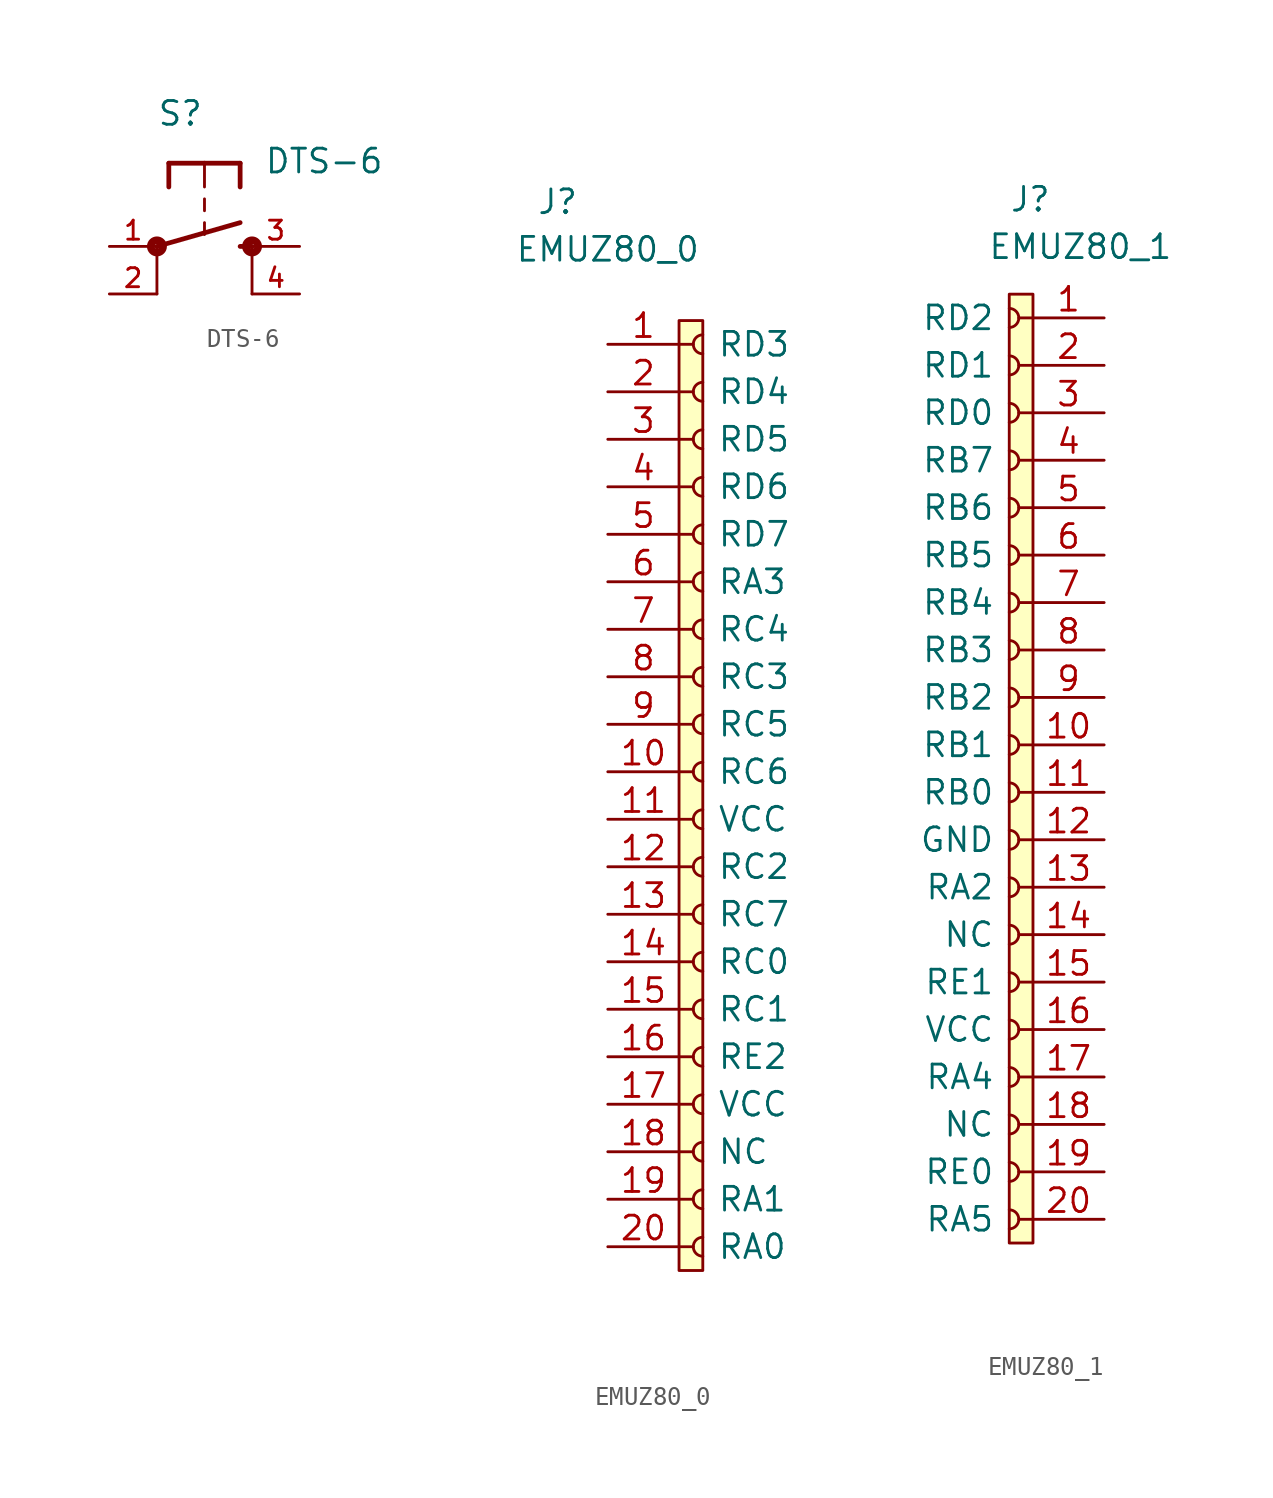
<source format=kicad_sym>
(kicad_symbol_lib
  (version 20220914)
  (generator kicad_symbol_editor)
  (symbol "DTS-6"
    (pin_names
      (offset 1.016))
    (property "Reference" "S"
      (at -2.545 7.632 0)
      (effects (font (size 1.27 1.27)) (justify left bottom)))
    (property "Value" "DTS-6"
      (at 3.179 5.085 0)
      (effects (font (size 1.27 1.27)) (justify left bottom)))
    (symbol "DTS-6_0_0"
      (circle (center -2.54 1.27) (radius 0.127) (stroke (width 0.406) (type default)) (fill (type none)))
      (polyline (pts (xy -2.54 -1.27) (xy -2.54 1.27)) (stroke (width 0.152) (type default)) (fill (type none)))
      (polyline (pts (xy -2.54 1.27) (xy 1.905 2.54)) (stroke (width 0.254) (type default)) (fill (type none)))
      (polyline (pts (xy -1.905 5.715) (xy -1.905 4.445)) (stroke (width 0.254) (type default)) (fill (type none)))
      (polyline (pts (xy 0 2.54) (xy 0 1.905)) (stroke (width 0.152) (type default)) (fill (type none)))
      (polyline (pts (xy 0 3.81) (xy 0 3.175)) (stroke (width 0.152) (type default)) (fill (type none)))
      (polyline (pts (xy 0 5.715) (xy -1.905 5.715)) (stroke (width 0.254) (type default)) (fill (type none)))
      (polyline (pts (xy 0 5.715) (xy 0 4.445)) (stroke (width 0.152) (type default)) (fill (type none)))
      (polyline (pts (xy 1.905 1.27) (xy 2.54 1.27)) (stroke (width 0.254) (type default)) (fill (type none)))
      (polyline (pts (xy 1.905 5.715) (xy 0 5.715)) (stroke (width 0.254) (type default)) (fill (type none)))
      (polyline (pts (xy 1.905 5.715) (xy 1.905 4.445)) (stroke (width 0.254) (type default)) (fill (type none)))
      (polyline (pts (xy 2.54 -1.27) (xy 2.54 1.27)) (stroke (width 0.152) (type default)) (fill (type none)))
      (circle (center 2.54 1.27) (radius 0.127) (stroke (width 0.406) (type default)) (fill (type none)))
      (pin passive line (at -5.08 1.27 0) (length 2.54) (name "~" (effects (font (size 1.016 1.016)))) (number "1" (effects (font (size 1.016 1.016)))))
      (pin passive line (at -5.08 -1.27 0) (length 2.54) (name "~" (effects (font (size 1.016 1.016)))) (number "2" (effects (font (size 1.016 1.016)))))
      (pin passive line (at 5.08 1.27 180) (length 2.54) (name "~" (effects (font (size 1.016 1.016)))) (number "3" (effects (font (size 1.016 1.016)))))
      (pin passive line (at 5.08 -1.27 180) (length 2.54) (name "~" (effects (font (size 1.016 1.016)))) (number "4" (effects (font (size 1.016 1.016)))))))
  (symbol "EMUZ80_0"
    (pin_names
      (offset 2.032))
    (property "Reference" "J"
      (at -19.05 31.75 0)
      (effects (font (size 1.27 1.27)) (justify left)))
    (property "Value" "EMUZ80_0"
      (at -15.24 29.21 0)
      (effects (font (size 1.27 1.27))))
    (symbol "EMUZ80_0_0_1"
      (rectangle (start -11.43 25.4) (end -10.16 -25.4) (stroke (width 0) (type default)) (fill (type background))))
    (symbol "EMUZ80_0_1_1"
      (arc (start -10.16 -23.622) (mid -10.6658 -24.13) (end -10.16 -24.638) (stroke (width 0.1524) (type default)) (fill (type none)))
      (arc (start -10.16 -21.082) (mid -10.6658 -21.59) (end -10.16 -22.098) (stroke (width 0.1524) (type default)) (fill (type none)))
      (arc (start -10.16 -18.542) (mid -10.6658 -19.05) (end -10.16 -19.558) (stroke (width 0.1524) (type default)) (fill (type none)))
      (arc (start -10.16 -16.002) (mid -10.6658 -16.51) (end -10.16 -17.018) (stroke (width 0.1524) (type default)) (fill (type none)))
      (arc (start -10.16 -13.462) (mid -10.6658 -13.97) (end -10.16 -14.478) (stroke (width 0.1524) (type default)) (fill (type none)))
      (arc (start -10.16 -10.922) (mid -10.6658 -11.43) (end -10.16 -11.938) (stroke (width 0.1524) (type default)) (fill (type none)))
      (arc (start -10.16 -8.382) (mid -10.6658 -8.89) (end -10.16 -9.398) (stroke (width 0.1524) (type default)) (fill (type none)))
      (arc (start -10.16 -5.842) (mid -10.6658 -6.35) (end -10.16 -6.858) (stroke (width 0.1524) (type default)) (fill (type none)))
      (arc (start -10.16 -3.302) (mid -10.6658 -3.81) (end -10.16 -4.318) (stroke (width 0.1524) (type default)) (fill (type none)))
      (arc (start -10.16 -0.762) (mid -10.6658 -1.27) (end -10.16 -1.778) (stroke (width 0.1524) (type default)) (fill (type none)))
      (arc (start -10.16 1.778) (mid -10.6658 1.27) (end -10.16 0.762) (stroke (width 0.1524) (type default)) (fill (type none)))
      (arc (start -10.16 4.318) (mid -10.6658 3.81) (end -10.16 3.302) (stroke (width 0.1524) (type default)) (fill (type none)))
      (arc (start -10.16 6.858) (mid -10.6658 6.35) (end -10.16 5.842) (stroke (width 0.1524) (type default)) (fill (type none)))
      (arc (start -10.16 9.398) (mid -10.6658 8.89) (end -10.16 8.382) (stroke (width 0.1524) (type default)) (fill (type none)))
      (arc (start -10.16 11.938) (mid -10.6658 11.43) (end -10.16 10.922) (stroke (width 0.1524) (type default)) (fill (type none)))
      (arc (start -10.16 14.478) (mid -10.6658 13.97) (end -10.16 13.462) (stroke (width 0.1524) (type default)) (fill (type none)))
      (arc (start -10.16 17.018) (mid -10.6658 16.51) (end -10.16 16.002) (stroke (width 0.1524) (type default)) (fill (type none)))
      (arc (start -10.16 19.558) (mid -10.6658 19.05) (end -10.16 18.542) (stroke (width 0.1524) (type default)) (fill (type none)))
      (arc (start -10.16 22.098) (mid -10.6658 21.59) (end -10.16 21.082) (stroke (width 0.1524) (type default)) (fill (type none)))
      (arc (start -10.16 24.638) (mid -10.6658 24.13) (end -10.16 23.622) (stroke (width 0.1524) (type default)) (fill (type none)))
      (polyline (pts (xy -11.43 -24.13) (xy -10.668 -24.13)) (stroke (width 0.152) (type default)) (fill (type none)))
      (polyline (pts (xy -11.43 -21.59) (xy -10.668 -21.59)) (stroke (width 0.152) (type default)) (fill (type none)))
      (polyline (pts (xy -11.43 -19.05) (xy -10.668 -19.05)) (stroke (width 0.152) (type default)) (fill (type none)))
      (polyline (pts (xy -11.43 -16.51) (xy -10.668 -16.51)) (stroke (width 0.152) (type default)) (fill (type none)))
      (polyline (pts (xy -11.43 -13.97) (xy -10.668 -13.97)) (stroke (width 0.152) (type default)) (fill (type none)))
      (polyline (pts (xy -11.43 -11.43) (xy -10.668 -11.43)) (stroke (width 0.152) (type default)) (fill (type none)))
      (polyline (pts (xy -11.43 -8.89) (xy -10.668 -8.89)) (stroke (width 0.152) (type default)) (fill (type none)))
      (polyline (pts (xy -11.43 -6.35) (xy -10.668 -6.35)) (stroke (width 0.152) (type default)) (fill (type none)))
      (polyline (pts (xy -11.43 -3.81) (xy -10.668 -3.81)) (stroke (width 0.152) (type default)) (fill (type none)))
      (polyline (pts (xy -11.43 -1.27) (xy -10.668 -1.27)) (stroke (width 0.152) (type default)) (fill (type none)))
      (polyline (pts (xy -11.43 1.27) (xy -10.668 1.27)) (stroke (width 0.152) (type default)) (fill (type none)))
      (polyline (pts (xy -11.43 3.81) (xy -10.668 3.81)) (stroke (width 0.152) (type default)) (fill (type none)))
      (polyline (pts (xy -11.43 6.35) (xy -10.668 6.35)) (stroke (width 0.152) (type default)) (fill (type none)))
      (polyline (pts (xy -11.43 8.89) (xy -10.668 8.89)) (stroke (width 0.152) (type default)) (fill (type none)))
      (polyline (pts (xy -11.43 11.43) (xy -10.668 11.43)) (stroke (width 0.152) (type default)) (fill (type none)))
      (polyline (pts (xy -11.43 13.97) (xy -10.668 13.97)) (stroke (width 0.152) (type default)) (fill (type none)))
      (polyline (pts (xy -11.43 16.51) (xy -10.668 16.51)) (stroke (width 0.152) (type default)) (fill (type none)))
      (polyline (pts (xy -11.43 19.05) (xy -10.668 19.05)) (stroke (width 0.152) (type default)) (fill (type none)))
      (polyline (pts (xy -11.43 21.59) (xy -10.668 21.59)) (stroke (width 0.152) (type default)) (fill (type none)))
      (polyline (pts (xy -11.43 24.13) (xy -10.668 24.13)) (stroke (width 0.152) (type default)) (fill (type none)))
      (pin passive line (at -15.24 24.13 0) (length 3.81) (name "RD3" (effects (font (size 1.27 1.27)))) (number "1" (effects (font (size 1.27 1.27)))))
      (pin passive line (at -15.24 1.27 0) (length 3.81) (name "RC6" (effects (font (size 1.27 1.27)))) (number "10" (effects (font (size 1.27 1.27)))))
      (pin passive line (at -15.24 -1.27 0) (length 3.81) (name "VCC" (effects (font (size 1.27 1.27)))) (number "11" (effects (font (size 1.27 1.27)))))
      (pin passive line (at -15.24 -3.81 0) (length 3.81) (name "RC2" (effects (font (size 1.27 1.27)))) (number "12" (effects (font (size 1.27 1.27)))))
      (pin passive line (at -15.24 -6.35 0) (length 3.81) (name "RC7" (effects (font (size 1.27 1.27)))) (number "13" (effects (font (size 1.27 1.27)))))
      (pin passive line (at -15.24 -8.89 0) (length 3.81) (name "RC0" (effects (font (size 1.27 1.27)))) (number "14" (effects (font (size 1.27 1.27)))))
      (pin passive line (at -15.24 -11.43 0) (length 3.81) (name "RC1" (effects (font (size 1.27 1.27)))) (number "15" (effects (font (size 1.27 1.27)))))
      (pin passive line (at -15.24 -13.97 0) (length 3.81) (name "RE2" (effects (font (size 1.27 1.27)))) (number "16" (effects (font (size 1.27 1.27)))))
      (pin passive line (at -15.24 -16.51 0) (length 3.81) (name "VCC" (effects (font (size 1.27 1.27)))) (number "17" (effects (font (size 1.27 1.27)))))
      (pin passive line (at -15.24 -19.05 0) (length 3.81) (name "NC" (effects (font (size 1.27 1.27)))) (number "18" (effects (font (size 1.27 1.27)))))
      (pin passive line (at -15.24 -21.59 0) (length 3.81) (name "RA1" (effects (font (size 1.27 1.27)))) (number "19" (effects (font (size 1.27 1.27)))))
      (pin passive line (at -15.24 21.59 0) (length 3.81) (name "RD4" (effects (font (size 1.27 1.27)))) (number "2" (effects (font (size 1.27 1.27)))))
      (pin passive line (at -15.24 -24.13 0) (length 3.81) (name "RA0" (effects (font (size 1.27 1.27)))) (number "20" (effects (font (size 1.27 1.27)))))
      (pin passive line (at -15.24 19.05 0) (length 3.81) (name "RD5" (effects (font (size 1.27 1.27)))) (number "3" (effects (font (size 1.27 1.27)))))
      (pin passive line (at -15.24 16.51 0) (length 3.81) (name "RD6" (effects (font (size 1.27 1.27)))) (number "4" (effects (font (size 1.27 1.27)))))
      (pin passive line (at -15.24 13.97 0) (length 3.81) (name "RD7" (effects (font (size 1.27 1.27)))) (number "5" (effects (font (size 1.27 1.27)))))
      (pin passive line (at -15.24 11.43 0) (length 3.81) (name "RA3" (effects (font (size 1.27 1.27)))) (number "6" (effects (font (size 1.27 1.27)))))
      (pin passive line (at -15.24 8.89 0) (length 3.81) (name "RC4" (effects (font (size 1.27 1.27)))) (number "7" (effects (font (size 1.27 1.27)))))
      (pin passive line (at -15.24 6.35 0) (length 3.81) (name "RC3" (effects (font (size 1.27 1.27)))) (number "8" (effects (font (size 1.27 1.27)))))
      (pin passive line (at -15.24 3.81 0) (length 3.81) (name "RC5" (effects (font (size 1.27 1.27)))) (number "9" (effects (font (size 1.27 1.27)))))))
  (symbol "EMUZ80_1"
    (pin_names
      (offset 2.032))
    (property "Reference" "J"
      (at 10.16 30.48 0)
      (effects (font (size 1.27 1.27)) (justify left)))
    (property "Value" "EMUZ80_1"
      (at 13.97 27.94 0)
      (effects (font (size 1.27 1.27))))
    (symbol "EMUZ80_1_0_1"
      (rectangle (start 10.16 25.4) (end 11.43 -25.4) (stroke (width 0) (type default)) (fill (type background))))
    (symbol "EMUZ80_1_1_1"
      (polyline (pts (xy 11.43 -24.13) (xy 10.668 -24.13)) (stroke (width 0.152) (type default)) (fill (type none)))
      (polyline (pts (xy 11.43 -21.59) (xy 10.668 -21.59)) (stroke (width 0.152) (type default)) (fill (type none)))
      (polyline (pts (xy 11.43 -19.05) (xy 10.668 -19.05)) (stroke (width 0.152) (type default)) (fill (type none)))
      (polyline (pts (xy 11.43 -16.51) (xy 10.668 -16.51)) (stroke (width 0.152) (type default)) (fill (type none)))
      (polyline (pts (xy 11.43 -13.97) (xy 10.668 -13.97)) (stroke (width 0.152) (type default)) (fill (type none)))
      (polyline (pts (xy 11.43 -11.43) (xy 10.668 -11.43)) (stroke (width 0.152) (type default)) (fill (type none)))
      (polyline (pts (xy 11.43 -8.89) (xy 10.668 -8.89)) (stroke (width 0.152) (type default)) (fill (type none)))
      (polyline (pts (xy 11.43 -6.35) (xy 10.668 -6.35)) (stroke (width 0.152) (type default)) (fill (type none)))
      (polyline (pts (xy 11.43 -3.81) (xy 10.668 -3.81)) (stroke (width 0.152) (type default)) (fill (type none)))
      (polyline (pts (xy 11.43 -1.27) (xy 10.668 -1.27)) (stroke (width 0.152) (type default)) (fill (type none)))
      (polyline (pts (xy 11.43 1.27) (xy 10.668 1.27)) (stroke (width 0.152) (type default)) (fill (type none)))
      (polyline (pts (xy 11.43 3.81) (xy 10.668 3.81)) (stroke (width 0.152) (type default)) (fill (type none)))
      (polyline (pts (xy 11.43 6.35) (xy 10.668 6.35)) (stroke (width 0.152) (type default)) (fill (type none)))
      (polyline (pts (xy 11.43 8.89) (xy 10.668 8.89)) (stroke (width 0.152) (type default)) (fill (type none)))
      (polyline (pts (xy 11.43 11.43) (xy 10.668 11.43)) (stroke (width 0.152) (type default)) (fill (type none)))
      (polyline (pts (xy 11.43 13.97) (xy 10.668 13.97)) (stroke (width 0.152) (type default)) (fill (type none)))
      (polyline (pts (xy 11.43 16.51) (xy 10.668 16.51)) (stroke (width 0.152) (type default)) (fill (type none)))
      (polyline (pts (xy 11.43 19.05) (xy 10.668 19.05)) (stroke (width 0.152) (type default)) (fill (type none)))
      (polyline (pts (xy 11.43 21.59) (xy 10.668 21.59)) (stroke (width 0.152) (type default)) (fill (type none)))
      (polyline (pts (xy 11.43 24.13) (xy 10.668 24.13)) (stroke (width 0.152) (type default)) (fill (type none)))
      (arc (start 10.16 -24.638) (mid 10.6658 -24.13) (end 10.16 -23.622) (stroke (width 0.1524) (type default)) (fill (type none)))
      (arc (start 10.16 -22.098) (mid 10.6658 -21.59) (end 10.16 -21.082) (stroke (width 0.1524) (type default)) (fill (type none)))
      (arc (start 10.16 -19.558) (mid 10.6658 -19.05) (end 10.16 -18.542) (stroke (width 0.1524) (type default)) (fill (type none)))
      (arc (start 10.16 -17.018) (mid 10.6658 -16.51) (end 10.16 -16.002) (stroke (width 0.1524) (type default)) (fill (type none)))
      (arc (start 10.16 -14.478) (mid 10.6658 -13.97) (end 10.16 -13.462) (stroke (width 0.1524) (type default)) (fill (type none)))
      (arc (start 10.16 -11.938) (mid 10.6658 -11.43) (end 10.16 -10.922) (stroke (width 0.1524) (type default)) (fill (type none)))
      (arc (start 10.16 -9.398) (mid 10.6658 -8.89) (end 10.16 -8.382) (stroke (width 0.1524) (type default)) (fill (type none)))
      (arc (start 10.16 -6.858) (mid 10.6658 -6.35) (end 10.16 -5.842) (stroke (width 0.1524) (type default)) (fill (type none)))
      (arc (start 10.16 -4.318) (mid 10.6658 -3.81) (end 10.16 -3.302) (stroke (width 0.1524) (type default)) (fill (type none)))
      (arc (start 10.16 -1.778) (mid 10.6658 -1.27) (end 10.16 -0.762) (stroke (width 0.1524) (type default)) (fill (type none)))
      (arc (start 10.16 0.762) (mid 10.6658 1.27) (end 10.16 1.778) (stroke (width 0.1524) (type default)) (fill (type none)))
      (arc (start 10.16 3.302) (mid 10.6658 3.81) (end 10.16 4.318) (stroke (width 0.1524) (type default)) (fill (type none)))
      (arc (start 10.16 5.842) (mid 10.6658 6.35) (end 10.16 6.858) (stroke (width 0.1524) (type default)) (fill (type none)))
      (arc (start 10.16 8.382) (mid 10.6658 8.89) (end 10.16 9.398) (stroke (width 0.1524) (type default)) (fill (type none)))
      (arc (start 10.16 10.922) (mid 10.6658 11.43) (end 10.16 11.938) (stroke (width 0.1524) (type default)) (fill (type none)))
      (arc (start 10.16 13.462) (mid 10.6658 13.97) (end 10.16 14.478) (stroke (width 0.1524) (type default)) (fill (type none)))
      (arc (start 10.16 16.002) (mid 10.6658 16.51) (end 10.16 17.018) (stroke (width 0.1524) (type default)) (fill (type none)))
      (arc (start 10.16 18.542) (mid 10.6658 19.05) (end 10.16 19.558) (stroke (width 0.1524) (type default)) (fill (type none)))
      (arc (start 10.16 21.082) (mid 10.6658 21.59) (end 10.16 22.098) (stroke (width 0.1524) (type default)) (fill (type none)))
      (arc (start 10.16 23.622) (mid 10.6658 24.13) (end 10.16 24.638) (stroke (width 0.1524) (type default)) (fill (type none)))
      (pin passive line (at 15.24 24.13 180) (length 3.81) (name "RD2" (effects (font (size 1.27 1.27)))) (number "1" (effects (font (size 1.27 1.27)))))
      (pin passive line (at 15.24 1.27 180) (length 3.81) (name "RB1" (effects (font (size 1.27 1.27)))) (number "10" (effects (font (size 1.27 1.27)))))
      (pin passive line (at 15.24 -1.27 180) (length 3.81) (name "RB0" (effects (font (size 1.27 1.27)))) (number "11" (effects (font (size 1.27 1.27)))))
      (pin passive line (at 15.24 -3.81 180) (length 3.81) (name "GND" (effects (font (size 1.27 1.27)))) (number "12" (effects (font (size 1.27 1.27)))))
      (pin passive line (at 15.24 -6.35 180) (length 3.81) (name "RA2" (effects (font (size 1.27 1.27)))) (number "13" (effects (font (size 1.27 1.27)))))
      (pin passive line (at 15.24 -8.89 180) (length 3.81) (name "NC" (effects (font (size 1.27 1.27)))) (number "14" (effects (font (size 1.27 1.27)))))
      (pin passive line (at 15.24 -11.43 180) (length 3.81) (name "RE1" (effects (font (size 1.27 1.27)))) (number "15" (effects (font (size 1.27 1.27)))))
      (pin passive line (at 15.24 -13.97 180) (length 3.81) (name "VCC" (effects (font (size 1.27 1.27)))) (number "16" (effects (font (size 1.27 1.27)))))
      (pin passive line (at 15.24 -16.51 180) (length 3.81) (name "RA4" (effects (font (size 1.27 1.27)))) (number "17" (effects (font (size 1.27 1.27)))))
      (pin passive line (at 15.24 -19.05 180) (length 3.81) (name "NC" (effects (font (size 1.27 1.27)))) (number "18" (effects (font (size 1.27 1.27)))))
      (pin passive line (at 15.24 -21.59 180) (length 3.81) (name "RE0" (effects (font (size 1.27 1.27)))) (number "19" (effects (font (size 1.27 1.27)))))
      (pin passive line (at 15.24 21.59 180) (length 3.81) (name "RD1" (effects (font (size 1.27 1.27)))) (number "2" (effects (font (size 1.27 1.27)))))
      (pin passive line (at 15.24 -24.13 180) (length 3.81) (name "RA5" (effects (font (size 1.27 1.27)))) (number "20" (effects (font (size 1.27 1.27)))))
      (pin passive line (at 15.24 19.05 180) (length 3.81) (name "RD0" (effects (font (size 1.27 1.27)))) (number "3" (effects (font (size 1.27 1.27)))))
      (pin passive line (at 15.24 16.51 180) (length 3.81) (name "RB7" (effects (font (size 1.27 1.27)))) (number "4" (effects (font (size 1.27 1.27)))))
      (pin passive line (at 15.24 13.97 180) (length 3.81) (name "RB6" (effects (font (size 1.27 1.27)))) (number "5" (effects (font (size 1.27 1.27)))))
      (pin passive line (at 15.24 11.43 180) (length 3.81) (name "RB5" (effects (font (size 1.27 1.27)))) (number "6" (effects (font (size 1.27 1.27)))))
      (pin passive line (at 15.24 8.89 180) (length 3.81) (name "RB4" (effects (font (size 1.27 1.27)))) (number "7" (effects (font (size 1.27 1.27)))))
      (pin passive line (at 15.24 6.35 180) (length 3.81) (name "RB3" (effects (font (size 1.27 1.27)))) (number "8" (effects (font (size 1.27 1.27)))))
      (pin passive line (at 15.24 3.81 180) (length 3.81) (name "RB2" (effects (font (size 1.27 1.27)))) (number "9" (effects (font (size 1.27 1.27))))))))
</source>
